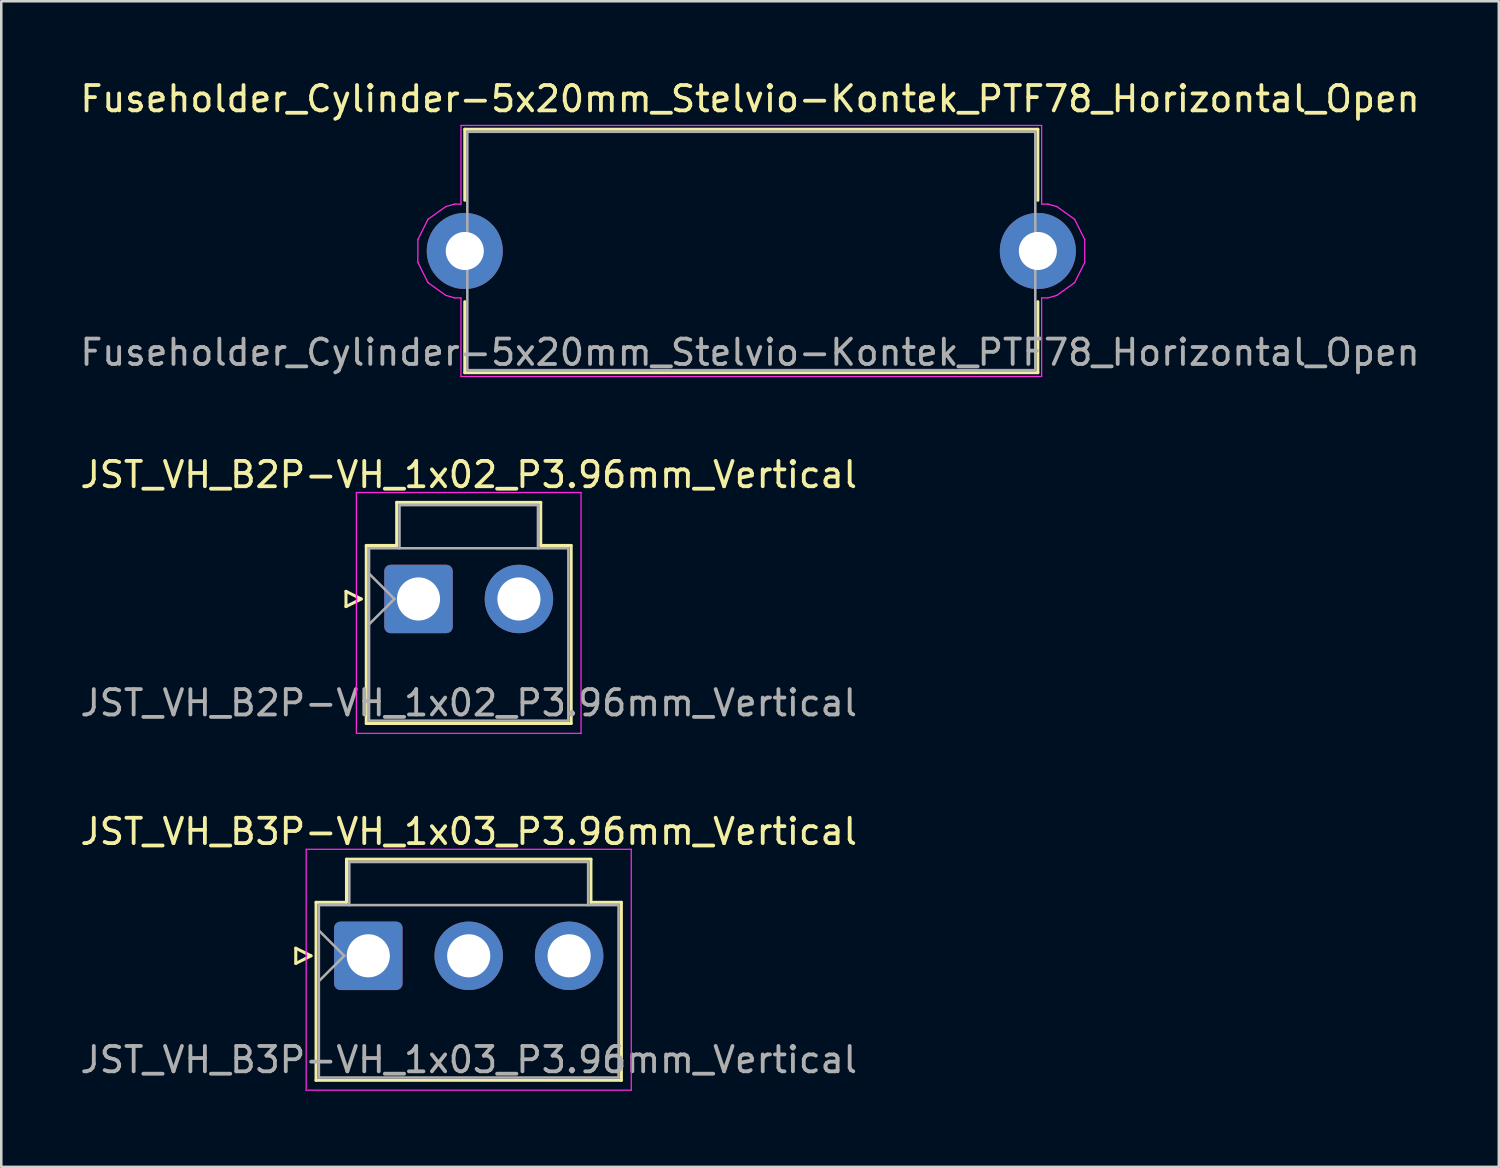
<source format=kicad_pcb>
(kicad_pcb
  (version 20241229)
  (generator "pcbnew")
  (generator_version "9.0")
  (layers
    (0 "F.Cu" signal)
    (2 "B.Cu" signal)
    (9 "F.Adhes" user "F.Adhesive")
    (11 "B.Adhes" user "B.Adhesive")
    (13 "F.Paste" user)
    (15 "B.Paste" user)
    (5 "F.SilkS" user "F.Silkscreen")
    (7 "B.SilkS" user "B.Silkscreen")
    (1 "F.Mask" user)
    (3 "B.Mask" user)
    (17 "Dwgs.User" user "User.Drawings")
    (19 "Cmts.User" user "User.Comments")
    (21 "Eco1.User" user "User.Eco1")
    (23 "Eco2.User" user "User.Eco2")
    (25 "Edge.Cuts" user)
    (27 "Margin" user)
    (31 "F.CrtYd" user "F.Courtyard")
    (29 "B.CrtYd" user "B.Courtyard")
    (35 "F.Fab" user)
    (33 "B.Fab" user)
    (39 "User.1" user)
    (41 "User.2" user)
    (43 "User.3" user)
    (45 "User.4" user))
  (footprint "JST_VH_B3P-VH_1x03_P3.96mm_Vertical"
    (layer "F.Cu")
    (at 11.475 34.645)
    (property "Reference" "JST_VH_B3P-VH_1x03_P3.96mm_Vertical" (at 3.96 -4.9 0) (layer "F.SilkS") (effects (font (size 1 1) (thickness 0.15))))
    (attr through_hole)
    (fp_line (start -2.86 -0.3) (end -2.26 0) (stroke (width 0.12) (type solid)) (layer "F.SilkS"))
    (fp_line (start -2.86 0.3) (end -2.86 -0.3) (stroke (width 0.12) (type solid)) (layer "F.SilkS"))
    (fp_line (start -2.26 0) (end -2.86 0.3) (stroke (width 0.12) (type solid)) (layer "F.SilkS"))
    (fp_line (start -2.06 -2.11) (end -0.86 -2.11) (stroke (width 0.12) (type solid)) (layer "F.SilkS"))
    (fp_line (start -2.06 4.91) (end -2.06 -2.11) (stroke (width 0.12) (type solid)) (layer "F.SilkS"))
    (fp_line (start -0.86 -3.81) (end 8.78 -3.81) (stroke (width 0.12) (type solid)) (layer "F.SilkS"))
    (fp_line (start -0.86 -2.11) (end -0.86 -3.81) (stroke (width 0.12) (type solid)) (layer "F.SilkS"))
    (fp_line (start 8.78 -3.81) (end 8.78 -2.11) (stroke (width 0.12) (type solid)) (layer "F.SilkS"))
    (fp_line (start 8.78 -2.11) (end 9.98 -2.11) (stroke (width 0.12) (type solid)) (layer "F.SilkS"))
    (fp_line (start 9.98 -2.11) (end 9.98 4.91) (stroke (width 0.12) (type solid)) (layer "F.SilkS"))
    (fp_line (start 9.98 4.91) (end -2.06 4.91) (stroke (width 0.12) (type solid)) (layer "F.SilkS"))
    (fp_line (start -2.45 -4.2) (end -2.45 5.3) (stroke (width 0.05) (type solid)) (layer "F.CrtYd"))
    (fp_line (start -2.45 5.3) (end 10.37 5.3) (stroke (width 0.05) (type solid)) (layer "F.CrtYd"))
    (fp_line (start 10.37 -4.2) (end -2.45 -4.2) (stroke (width 0.05) (type solid)) (layer "F.CrtYd"))
    (fp_line (start 10.37 5.3) (end 10.37 -4.2) (stroke (width 0.05) (type solid)) (layer "F.CrtYd"))
    (fp_line (start -1.95 -2) (end -1.95 4.8) (stroke (width 0.1) (type solid)) (layer "F.Fab"))
    (fp_line (start -1.95 -1) (end -0.95 0) (stroke (width 0.1) (type solid)) (layer "F.Fab"))
    (fp_line (start -1.95 1) (end -0.95 0) (stroke (width 0.1) (type solid)) (layer "F.Fab"))
    (fp_line (start -1.95 4.8) (end 9.87 4.8) (stroke (width 0.1) (type solid)) (layer "F.Fab"))
    (fp_line (start -0.75 -3.7) (end 8.67 -3.7) (stroke (width 0.1) (type solid)) (layer "F.Fab"))
    (fp_line (start -0.75 -2) (end -0.75 -3.7) (stroke (width 0.1) (type solid)) (layer "F.Fab"))
    (fp_line (start 8.67 -3.7) (end 8.67 -2) (stroke (width 0.1) (type solid)) (layer "F.Fab"))
    (fp_line (start 9.87 -2) (end -1.95 -2) (stroke (width 0.1) (type solid)) (layer "F.Fab"))
    (fp_line (start 9.87 4.8) (end 9.87 -2) (stroke (width 0.1) (type solid)) (layer "F.Fab"))
    (fp_text user "${REFERENCE}" (at 3.96 4.1 0) (layer "F.Fab") (effects (font (size 1 1) (thickness 0.15))))
    (pad "1" thru_hole roundrect (at 0 0) (size 2.7 2.7) (drill 1.7) (layers "*.Cu" "*.Mask") (roundrect_rratio 0.093))
    (pad "2" thru_hole circle (at 3.96 0) (size 2.7 2.7) (drill 1.7) (layers "*.Cu" "*.Mask"))
    (pad "3" thru_hole circle (at 7.92 0) (size 2.7 2.7) (drill 1.7) (layers "*.Cu" "*.Mask")))
  (footprint "JST_VH_B2P-VH_1x02_P3.96mm_Vertical"
    (layer "F.Cu")
    (at 13.455 20.572)
    (property "Reference" "JST_VH_B2P-VH_1x02_P3.96mm_Vertical" (at 1.98 -4.9 0) (layer "F.SilkS") (effects (font (size 1 1) (thickness 0.15))))
    (attr through_hole)
    (fp_line (start -2.86 -0.3) (end -2.26 0) (stroke (width 0.12) (type solid)) (layer "F.SilkS"))
    (fp_line (start -2.86 0.3) (end -2.86 -0.3) (stroke (width 0.12) (type solid)) (layer "F.SilkS"))
    (fp_line (start -2.26 0) (end -2.86 0.3) (stroke (width 0.12) (type solid)) (layer "F.SilkS"))
    (fp_line (start -2.06 -2.11) (end -0.86 -2.11) (stroke (width 0.12) (type solid)) (layer "F.SilkS"))
    (fp_line (start -2.06 4.91) (end -2.06 -2.11) (stroke (width 0.12) (type solid)) (layer "F.SilkS"))
    (fp_line (start -0.86 -3.81) (end 4.82 -3.81) (stroke (width 0.12) (type solid)) (layer "F.SilkS"))
    (fp_line (start -0.86 -2.11) (end -0.86 -3.81) (stroke (width 0.12) (type solid)) (layer "F.SilkS"))
    (fp_line (start 4.82 -3.81) (end 4.82 -2.11) (stroke (width 0.12) (type solid)) (layer "F.SilkS"))
    (fp_line (start 4.82 -2.11) (end 6.02 -2.11) (stroke (width 0.12) (type solid)) (layer "F.SilkS"))
    (fp_line (start 6.02 -2.11) (end 6.02 4.91) (stroke (width 0.12) (type solid)) (layer "F.SilkS"))
    (fp_line (start 6.02 4.91) (end -2.06 4.91) (stroke (width 0.12) (type solid)) (layer "F.SilkS"))
    (fp_line (start -2.45 -4.2) (end -2.45 5.3) (stroke (width 0.05) (type solid)) (layer "F.CrtYd"))
    (fp_line (start -2.45 5.3) (end 6.41 5.3) (stroke (width 0.05) (type solid)) (layer "F.CrtYd"))
    (fp_line (start 6.41 -4.2) (end -2.45 -4.2) (stroke (width 0.05) (type solid)) (layer "F.CrtYd"))
    (fp_line (start 6.41 5.3) (end 6.41 -4.2) (stroke (width 0.05) (type solid)) (layer "F.CrtYd"))
    (fp_line (start -1.95 -2) (end -1.95 4.8) (stroke (width 0.1) (type solid)) (layer "F.Fab"))
    (fp_line (start -1.95 -1) (end -0.95 0) (stroke (width 0.1) (type solid)) (layer "F.Fab"))
    (fp_line (start -1.95 1) (end -0.95 0) (stroke (width 0.1) (type solid)) (layer "F.Fab"))
    (fp_line (start -1.95 4.8) (end 5.91 4.8) (stroke (width 0.1) (type solid)) (layer "F.Fab"))
    (fp_line (start -0.75 -3.7) (end 4.71 -3.7) (stroke (width 0.1) (type solid)) (layer "F.Fab"))
    (fp_line (start -0.75 -2) (end -0.75 -3.7) (stroke (width 0.1) (type solid)) (layer "F.Fab"))
    (fp_line (start 4.71 -3.7) (end 4.71 -2) (stroke (width 0.1) (type solid)) (layer "F.Fab"))
    (fp_line (start 5.91 -2) (end -1.95 -2) (stroke (width 0.1) (type solid)) (layer "F.Fab"))
    (fp_line (start 5.91 4.8) (end 5.91 -2) (stroke (width 0.1) (type solid)) (layer "F.Fab"))
    (fp_text user "${REFERENCE}" (at 1.98 4.1 0) (layer "F.Fab") (effects (font (size 1 1) (thickness 0.15))))
    (pad "1" thru_hole roundrect (at 0 0) (size 2.7 2.7) (drill 1.7) (layers "*.Cu" "*.Mask") (roundrect_rratio 0.093))
    (pad "2" thru_hole circle (at 3.96 0) (size 2.7 2.7) (drill 1.7) (layers "*.Cu" "*.Mask")))
  (footprint "Fuseholder_Cylinder-5x20mm_Stelvio-Kontek_PTF78_Horizontal_Open"
    (layer "F.Cu")
    (at 15.28 6.848)
    (property "Reference" "Fuseholder_Cylinder-5x20mm_Stelvio-Kontek_PTF78_Horizontal_Open" (at 11.25 -6 0) (layer "F.SilkS") (effects (font (size 1 1) (thickness 0.15))))
    (attr through_hole)
    (fp_line (start 0 -4.8) (end 22.6 -4.8) (stroke (width 0.12) (type solid)) (layer "F.SilkS"))
    (fp_line (start 0 -2) (end 0 -4.8) (stroke (width 0.12) (type solid)) (layer "F.SilkS"))
    (fp_line (start 0 4.8) (end 0 2) (stroke (width 0.12) (type solid)) (layer "F.SilkS"))
    (fp_line (start 0 4.8) (end 22.6 4.8) (stroke (width 0.12) (type solid)) (layer "F.SilkS"))
    (fp_line (start 22.6 -2) (end 22.6 -4.8) (stroke (width 0.12) (type solid)) (layer "F.SilkS"))
    (fp_line (start 22.6 4.8) (end 22.6 2) (stroke (width 0.12) (type solid)) (layer "F.SilkS"))
    (fp_line (start -1.85 -0.45) (end -1.85 0.45) (stroke (width 0.05) (type solid)) (layer "F.CrtYd"))
    (fp_line (start -1.85 -0.45) (end -1.45 -1.25) (stroke (width 0.05) (type solid)) (layer "F.CrtYd"))
    (fp_line (start -1.45 1.25) (end -1.85 0.45) (stroke (width 0.05) (type solid)) (layer "F.CrtYd"))
    (fp_line (start -1.45 1.25) (end -0.75 1.75) (stroke (width 0.05) (type solid)) (layer "F.CrtYd"))
    (fp_line (start -0.75 -1.75) (end -1.45 -1.25) (stroke (width 0.05) (type solid)) (layer "F.CrtYd"))
    (fp_line (start -0.75 1.75) (end -0.4 1.85) (stroke (width 0.05) (type solid)) (layer "F.CrtYd"))
    (fp_line (start -0.4 -1.85) (end -0.75 -1.75) (stroke (width 0.05) (type solid)) (layer "F.CrtYd"))
    (fp_line (start -0.4 1.85) (end -0.15 1.85) (stroke (width 0.05) (type solid)) (layer "F.CrtYd"))
    (fp_line (start -0.15 -4.95) (end 22.75 -4.95) (stroke (width 0.05) (type solid)) (layer "F.CrtYd"))
    (fp_line (start -0.15 -1.85) (end -0.4 -1.85) (stroke (width 0.05) (type solid)) (layer "F.CrtYd"))
    (fp_line (start -0.15 -1.85) (end -0.15 -4.95) (stroke (width 0.05) (type solid)) (layer "F.CrtYd"))
    (fp_line (start -0.15 4.95) (end -0.15 1.85) (stroke (width 0.05) (type solid)) (layer "F.CrtYd"))
    (fp_line (start 22.75 -1.85) (end 22.75 -4.95) (stroke (width 0.05) (type solid)) (layer "F.CrtYd"))
    (fp_line (start 22.75 -1.85) (end 23 -1.85) (stroke (width 0.05) (type solid)) (layer "F.CrtYd"))
    (fp_line (start 22.75 1.85) (end 22.75 4.95) (stroke (width 0.05) (type solid)) (layer "F.CrtYd"))
    (fp_line (start 22.75 1.85) (end 23 1.85) (stroke (width 0.05) (type solid)) (layer "F.CrtYd"))
    (fp_line (start 22.75 4.95) (end -0.15 4.95) (stroke (width 0.05) (type solid)) (layer "F.CrtYd"))
    (fp_line (start 23 1.85) (end 23.35 1.75) (stroke (width 0.05) (type solid)) (layer "F.CrtYd"))
    (fp_line (start 23.35 -1.75) (end 23 -1.85) (stroke (width 0.05) (type solid)) (layer "F.CrtYd"))
    (fp_line (start 23.35 1.75) (end 24.05 1.25) (stroke (width 0.05) (type solid)) (layer "F.CrtYd"))
    (fp_line (start 24.05 -1.25) (end 23.35 -1.75) (stroke (width 0.05) (type solid)) (layer "F.CrtYd"))
    (fp_line (start 24.05 1.25) (end 24.45 0.45) (stroke (width 0.05) (type solid)) (layer "F.CrtYd"))
    (fp_line (start 24.45 -0.45) (end 24.05 -1.25) (stroke (width 0.05) (type solid)) (layer "F.CrtYd"))
    (fp_line (start 24.45 0.45) (end 24.45 -0.45) (stroke (width 0.05) (type solid)) (layer "F.CrtYd"))
    (fp_line (start 0.1 -4.7) (end 0.1 4.7) (stroke (width 0.1) (type solid)) (layer "F.Fab"))
    (fp_line (start 0.1 4.7) (end 22.5 4.7) (stroke (width 0.1) (type solid)) (layer "F.Fab"))
    (fp_line (start 22.5 -4.7) (end 0.1 -4.7) (stroke (width 0.1) (type solid)) (layer "F.Fab"))
    (fp_line (start 22.5 4.7) (end 22.5 -4.7) (stroke (width 0.1) (type solid)) (layer "F.Fab"))
    (fp_text user "${REFERENCE}" (at 11.25 4 0) (layer "F.Fab") (effects (font (size 1 1) (thickness 0.15))))
    (pad "1" thru_hole circle (at 0 0) (size 3 3) (drill 1.5) (layers "*.Cu" "*.Mask"))
    (pad "2" thru_hole circle (at 22.6 0) (size 3 3) (drill 1.5) (layers "*.Cu" "*.Mask")))
  (gr_rect
    (start -3 -3)
    (end 56.06 42.97)
    (stroke (width 0.1) (type default))
    (fill no)
    (layer "Edge.Cuts")))
</source>
